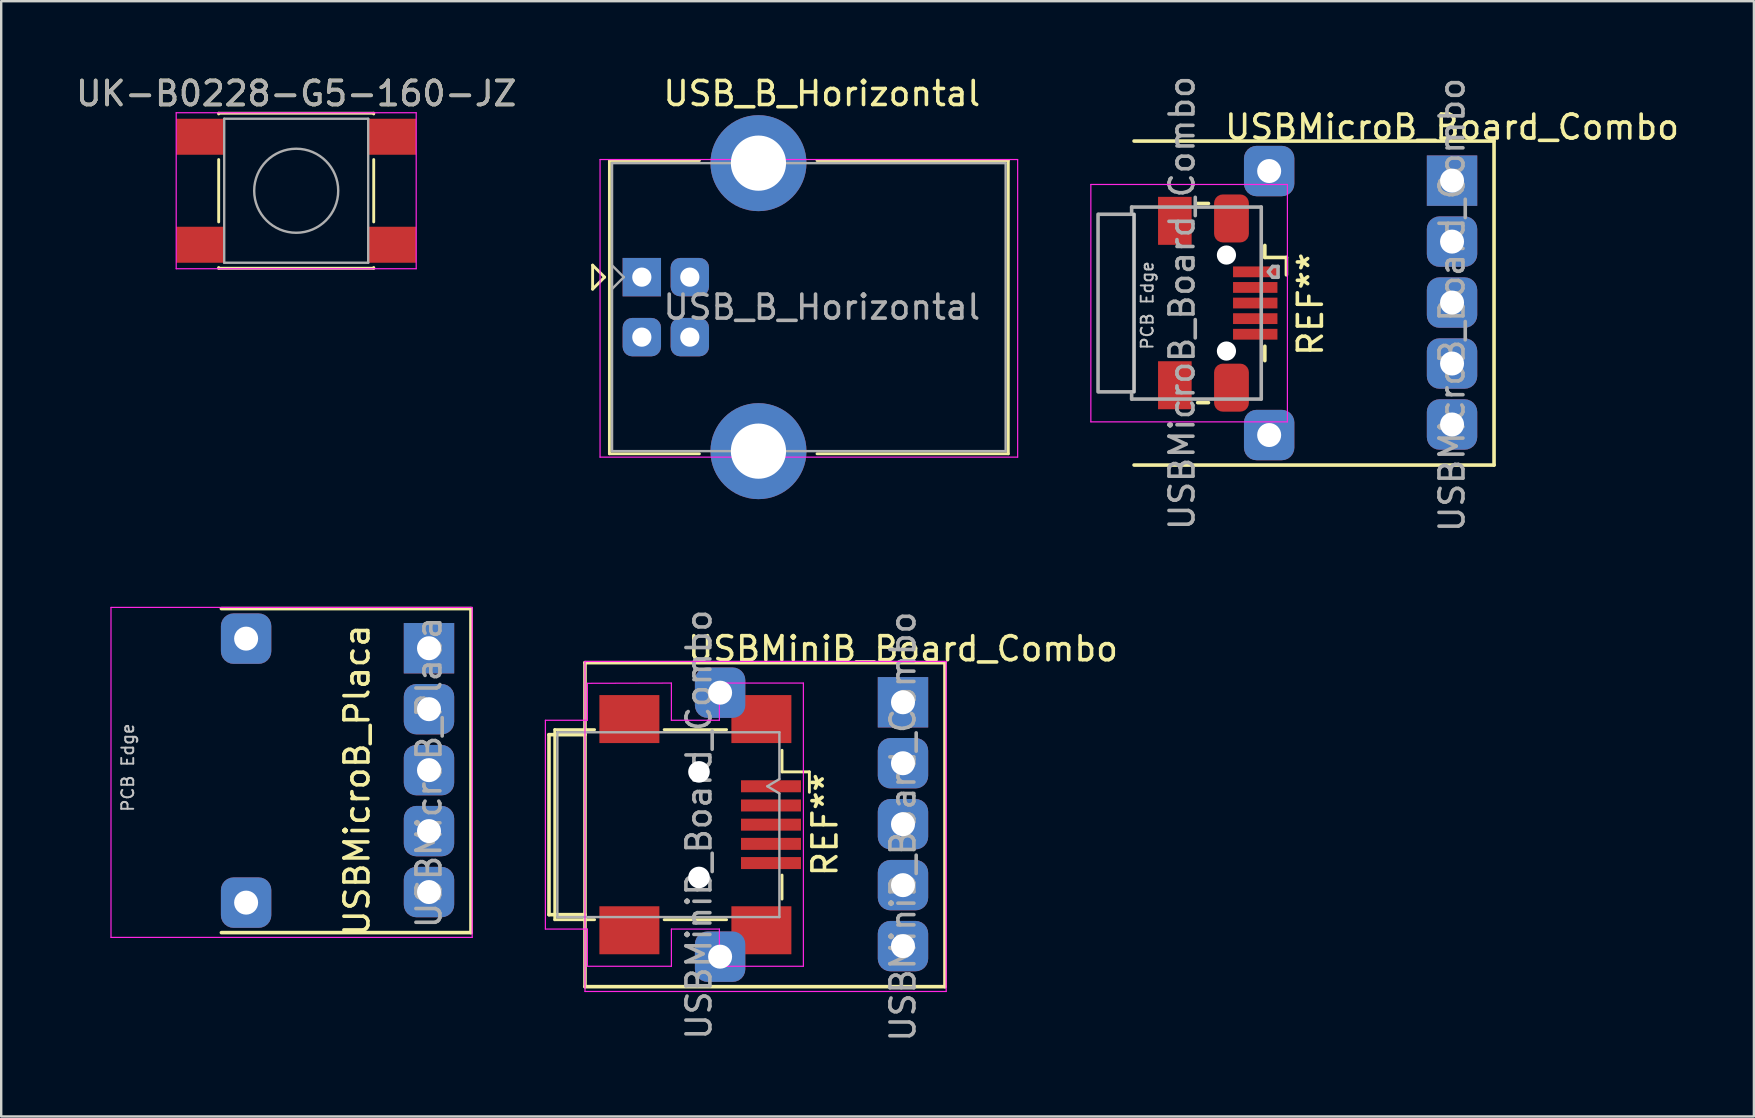
<source format=kicad_pcb>
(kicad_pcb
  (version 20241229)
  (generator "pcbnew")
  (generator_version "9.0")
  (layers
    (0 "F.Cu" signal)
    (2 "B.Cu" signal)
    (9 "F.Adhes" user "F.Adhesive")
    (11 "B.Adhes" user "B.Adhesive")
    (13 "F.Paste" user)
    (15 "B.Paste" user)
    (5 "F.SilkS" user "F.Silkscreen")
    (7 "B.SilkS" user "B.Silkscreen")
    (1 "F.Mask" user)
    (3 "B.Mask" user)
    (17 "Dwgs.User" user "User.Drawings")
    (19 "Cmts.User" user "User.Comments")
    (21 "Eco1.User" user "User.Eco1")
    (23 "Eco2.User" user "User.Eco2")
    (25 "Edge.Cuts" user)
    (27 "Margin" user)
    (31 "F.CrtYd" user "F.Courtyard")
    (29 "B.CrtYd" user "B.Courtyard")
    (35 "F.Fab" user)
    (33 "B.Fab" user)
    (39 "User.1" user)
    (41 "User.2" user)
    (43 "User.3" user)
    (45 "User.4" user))
  (footprint "USBMicroB_Placa"
    (layer "F.Cu")
    (at 14.825 24.06)
    (property "Reference" "USBMicroB_Placa" (at -3 5.4 90) (layer "F.SilkS") (effects (font (size 1 1) (thickness 0.15))))
    (attr through_hole)
    (fp_line (start -8.65 11.75) (end 1.75 11.75) (stroke (width 0.15) (type solid)) (layer "F.SilkS"))
    (fp_line (start 1.75 -1.75) (end -8.65 -1.75) (stroke (width 0.15) (type solid)) (layer "F.SilkS"))
    (fp_line (start 1.75 11.75) (end 1.75 -1.75) (stroke (width 0.15) (type solid)) (layer "F.SilkS"))
    (fp_line (start -14.75 8.75) (end -14.75 1.25) (stroke (width 0.15) (type solid)) (layer "Eco1.User"))
    (fp_line (start -14.75 1.25) (end -13.25 1.25) (stroke (width 0.15) (type solid)) (layer "Eco2.User"))
    (fp_line (start -13.25 -1.75) (end -13.25 11.75) (stroke (width 0.15) (type solid)) (layer "Eco2.User"))
    (fp_line (start -13.25 -1.75) (end -8.65 -1.75) (stroke (width 0.15) (type solid)) (layer "Eco2.User"))
    (fp_line (start -13.25 8.75) (end -14.75 8.75) (stroke (width 0.15) (type solid)) (layer "Eco2.User"))
    (fp_line (start -13.25 11.75) (end -8.65 11.75) (stroke (width 0.15) (type solid)) (layer "Eco2.User"))
    (fp_line (start -13.25 -1.8) (end -13.25 11.95) (stroke (width 0.05) (type solid)) (layer "F.CrtYd"))
    (fp_line (start -13.25 11.95) (end 1.8 11.95) (stroke (width 0.05) (type solid)) (layer "F.CrtYd"))
    (fp_line (start 1.8 -1.8) (end -13.25 -1.8) (stroke (width 0.05) (type solid)) (layer "F.CrtYd"))
    (fp_line (start 1.8 11.95) (end 1.8 -1.8) (stroke (width 0.05) (type solid)) (layer "F.CrtYd"))
    (fp_text user "PCB Edge" (at -12.55 4.875 270) (layer "Dwgs.User") (effects (font (size 0.5 0.5) (thickness 0.08))))
    (fp_text user "${REFERENCE}" (at 0 5.08 90) (layer "F.Fab") (effects (font (size 1 1) (thickness 0.15))))
    (pad "1" thru_hole rect (at 0 -0.1) (size 2.1 2.1) (drill 1) (layers "*.Cu" "*.Mask"))
    (pad "2" thru_hole roundrect (at 0 2.44) (size 2.1 2.1) (drill 1) (layers "*.Cu" "*.Mask") (roundrect_rratio 0.25))
    (pad "3" thru_hole roundrect (at 0 4.98) (size 2.1 2.1) (drill 1) (layers "*.Cu" "*.Mask") (roundrect_rratio 0.25))
    (pad "4" thru_hole roundrect (at 0 7.52) (size 2.1 2.1) (drill 1) (layers "*.Cu" "*.Mask") (roundrect_rratio 0.25))
    (pad "5" thru_hole roundrect (at 0 10.06) (size 2.1 2.1) (drill 1) (layers "*.Cu" "*.Mask") (roundrect_rratio 0.25))
    (pad "6" thru_hole roundrect (at -7.62 -0.5) (size 2.1 2.1) (drill 1) (layers "*.Cu" "*.Mask") (roundrect_rratio 0.25))
    (pad "6" thru_hole roundrect (at -7.62 10.5) (size 2.1 2.1) (drill 1) (layers "*.Cu" "*.Mask") (roundrect_rratio 0.25)))
  (footprint "UK-B0228-G5-160-JZ"
    (layer "F.Cu")
    (at 9.292 4.898)
    (property "Reference" "UK-B0228-G5-160-JZ" (at 0 -4.05 0) (layer "F.SilkS") (effects (font (size 1 1) (thickness 0.15))))
    (attr smd)
    (fp_line (start -3.23 -3.23) (end 3.23 -3.23) (stroke (width 0.12) (type solid)) (layer "F.SilkS"))
    (fp_line (start -3.23 -3.2) (end -3.23 -3.23) (stroke (width 0.12) (type solid)) (layer "F.SilkS"))
    (fp_line (start -3.23 -1.3) (end -3.23 1.3) (stroke (width 0.12) (type solid)) (layer "F.SilkS"))
    (fp_line (start -3.23 3.23) (end -3.23 3.2) (stroke (width 0.12) (type solid)) (layer "F.SilkS"))
    (fp_line (start -3.23 3.23) (end 3.23 3.23) (stroke (width 0.12) (type solid)) (layer "F.SilkS"))
    (fp_line (start 3.23 -3.23) (end 3.23 -3.2) (stroke (width 0.12) (type solid)) (layer "F.SilkS"))
    (fp_line (start 3.23 -1.3) (end 3.23 1.3) (stroke (width 0.12) (type solid)) (layer "F.SilkS"))
    (fp_line (start 3.23 3.23) (end 3.23 3.2) (stroke (width 0.12) (type solid)) (layer "F.SilkS"))
    (fp_line (start -5 -3.25) (end -5 3.25) (stroke (width 0.05) (type solid)) (layer "F.CrtYd"))
    (fp_line (start -5 -3.25) (end 5 -3.25) (stroke (width 0.05) (type solid)) (layer "F.CrtYd"))
    (fp_line (start -5 3.25) (end 5 3.25) (stroke (width 0.05) (type solid)) (layer "F.CrtYd"))
    (fp_line (start 5 3.25) (end 5 -3.25) (stroke (width 0.05) (type solid)) (layer "F.CrtYd"))
    (fp_line (start -3 -3) (end -3 3) (stroke (width 0.1) (type solid)) (layer "F.Fab"))
    (fp_line (start -3 3) (end 3 3) (stroke (width 0.1) (type solid)) (layer "F.Fab"))
    (fp_line (start 3 -3) (end -3 -3) (stroke (width 0.1) (type solid)) (layer "F.Fab"))
    (fp_line (start 3 3) (end 3 -3) (stroke (width 0.1) (type solid)) (layer "F.Fab"))
    (fp_circle (center 0 0) (end 1.75 -0.05) (stroke (width 0.1) (type solid)) (fill no) (layer "F.Fab"))
    (fp_text user "${REFERENCE}" (at 0 -4.05 0) (layer "F.Fab") (effects (font (size 1 1) (thickness 0.15))))
    (pad "1" smd rect (at -4 -2.25) (size 2 1.5) (layers "F.Cu" "F.Mask" "F.Paste"))
    (pad "2" smd rect (at 4 -2.25) (size 2 1.5) (layers "F.Cu" "F.Mask" "F.Paste"))
    (pad "3" smd rect (at -4 2.25) (size 2 1.5) (layers "F.Cu" "F.Mask" "F.Paste"))
    (pad "4" smd rect (at 4 2.25) (size 2 1.5) (layers "F.Cu" "F.Mask" "F.Paste")))
  (footprint "USB_B_Horizontal"
    (layer "F.Cu")
    (at 23.693 8.498)
    (property "Reference" "USB_B_Horizontal" (at 7.5 -7.65 0) (layer "F.SilkS") (effects (font (size 1 1) (thickness 0.15))))
    (attr through_hole)
    (fp_line (start -2.05 -0.5) (end -2.05 0.5) (stroke (width 0.12) (type solid)) (layer "F.SilkS"))
    (fp_line (start -2.05 0.5) (end -1.55 0) (stroke (width 0.12) (type solid)) (layer "F.SilkS"))
    (fp_line (start -1.55 0) (end -2.05 -0.5) (stroke (width 0.12) (type solid)) (layer "F.SilkS"))
    (fp_line (start -1.35 -4.86) (end 2.4 -4.86) (stroke (width 0.12) (type solid)) (layer "F.SilkS"))
    (fp_line (start -1.35 7.36) (end -1.35 -4.86) (stroke (width 0.12) (type solid)) (layer "F.SilkS"))
    (fp_line (start -1.35 7.36) (end 2.4 7.36) (stroke (width 0.12) (type solid)) (layer "F.SilkS"))
    (fp_line (start 15.27 -4.86) (end 7.3 -4.86) (stroke (width 0.12) (type solid)) (layer "F.SilkS"))
    (fp_line (start 15.27 7.36) (end 7.3 7.36) (stroke (width 0.12) (type solid)) (layer "F.SilkS"))
    (fp_line (start 15.27 7.36) (end 15.27 -4.86) (stroke (width 0.12) (type solid)) (layer "F.SilkS"))
    (fp_line (start -1.74 -4.9) (end -1.74 7.5) (stroke (width 0.05) (type solid)) (layer "F.CrtYd"))
    (fp_line (start -1.74 7.5) (end 15.66 7.5) (stroke (width 0.05) (type solid)) (layer "F.CrtYd"))
    (fp_line (start 15.66 -4.9) (end -1.74 -4.9) (stroke (width 0.05) (type solid)) (layer "F.CrtYd"))
    (fp_line (start 15.66 7.5) (end 15.66 -4.9) (stroke (width 0.05) (type solid)) (layer "F.CrtYd"))
    (fp_line (start -1.24 -4.75) (end 15.16 -4.75) (stroke (width 0.1) (type solid)) (layer "F.Fab"))
    (fp_line (start -1.24 0.49) (end -0.75 0) (stroke (width 0.1) (type solid)) (layer "F.Fab"))
    (fp_line (start -1.24 7.25) (end -1.24 -4.75) (stroke (width 0.1) (type solid)) (layer "F.Fab"))
    (fp_line (start -0.75 0) (end -1.24 -0.49) (stroke (width 0.1) (type solid)) (layer "F.Fab"))
    (fp_line (start 15.16 -4.75) (end 15.16 7.25) (stroke (width 0.1) (type solid)) (layer "F.Fab"))
    (fp_line (start 15.16 7.25) (end -1.24 7.25) (stroke (width 0.1) (type solid)) (layer "F.Fab"))
    (fp_text user "${REFERENCE}" (at 7.5 1.25 180) (layer "F.Fab") (effects (font (size 1 1) (thickness 0.15))))
    (pad "1" thru_hole rect (at 0 0 90) (size 1.6 1.6) (drill 0.8) (layers "*.Cu" "*.Mask"))
    (pad "2" thru_hole roundrect (at 0 2.5 90) (size 1.6 1.6) (drill 0.8) (layers "*.Cu" "*.Mask") (roundrect_rratio 0.25))
    (pad "3" thru_hole roundrect (at 2 2.5 90) (size 1.6 1.6) (drill 0.8) (layers "*.Cu" "*.Mask") (roundrect_rratio 0.25))
    (pad "4" thru_hole roundrect (at 2 0 90) (size 1.6 1.6) (drill 0.8) (layers "*.Cu" "*.Mask") (roundrect_rratio 0.25))
    (pad "5" thru_hole circle (at 4.86 -4.75 90) (size 4 4) (drill 2.3) (layers "*.Cu" "*.Mask"))
    (pad "5" thru_hole circle (at 4.86 7.25 90) (size 4 4) (drill 2.3) (layers "*.Cu" "*.Mask")))
  (footprint "USBMicroB_Board_Combo"
    (layer "F.Cu")
    (at 57.453 4.577)
    (property "Reference" "USBMicroB_Board_Combo" (at 0 -2.33 0) (layer "F.SilkS") (effects (font (size 1 1) (thickness 0.15))))
    (attr through_hole)
    (fp_line (start -13.25 11.75) (end 1.75 11.75) (stroke (width 0.15) (type solid)) (layer "F.SilkS"))
    (fp_line (start -10.6 9.15) (end -10.15 9.15) (stroke (width 0.15) (type solid)) (layer "F.SilkS"))
    (fp_line (start -10.15 0.85) (end -10.6 0.85) (stroke (width 0.15) (type solid)) (layer "F.SilkS"))
    (fp_line (start -7.8 3.1) (end -7.8 2.6) (stroke (width 0.15) (type solid)) (layer "F.SilkS"))
    (fp_line (start -7.8 6.8) (end -7.8 7.4) (stroke (width 0.15) (type solid)) (layer "F.SilkS"))
    (fp_line (start -6.9 3.1) (end -7.8 3.1) (stroke (width 0.15) (type solid)) (layer "F.SilkS"))
    (fp_line (start -6.9 3.825) (end -6.9 3.1) (stroke (width 0.15) (type solid)) (layer "F.SilkS"))
    (fp_line (start 1.75 -1.75) (end -13.25 -1.75) (stroke (width 0.15) (type solid)) (layer "F.SilkS"))
    (fp_line (start 1.75 11.75) (end 1.75 -1.75) (stroke (width 0.15) (type solid)) (layer "F.SilkS"))
    (fp_line (start -13.25 1.3) (end -13.25 8.7) (stroke (width 0.15) (type solid)) (layer "Dwgs.User"))
    (fp_line (start -15.05 0.06) (end -15.05 9.95) (stroke (width 0.05) (type solid)) (layer "F.CrtYd"))
    (fp_line (start -15.05 9.95) (end -6.86 9.95) (stroke (width 0.05) (type solid)) (layer "F.CrtYd"))
    (fp_line (start -6.86 0.06) (end -15.05 0.06) (stroke (width 0.05) (type solid)) (layer "F.CrtYd"))
    (fp_line (start -6.86 9.95) (end -6.86 0.06) (stroke (width 0.05) (type solid)) (layer "F.CrtYd"))
    (fp_line (start -14.75 8.7) (end -14.75 1.3) (stroke (width 0.15) (type solid)) (layer "F.Fab"))
    (fp_line (start -14.7 8.7) (end -13.35 8.7) (stroke (width 0.15) (type solid)) (layer "F.Fab"))
    (fp_line (start -13.35 1) (end -13.35 1.3) (stroke (width 0.15) (type solid)) (layer "F.Fab"))
    (fp_line (start -13.35 1.3) (end -14.7 1.3) (stroke (width 0.15) (type solid)) (layer "F.Fab"))
    (fp_line (start -13.35 8.7) (end -13.35 9) (stroke (width 0.15) (type solid)) (layer "F.Fab"))
    (fp_line (start -13.35 9) (end -7.95 9) (stroke (width 0.15) (type solid)) (layer "F.Fab"))
    (fp_line (start -7.95 1) (end -13.35 1) (stroke (width 0.15) (type solid)) (layer "F.Fab"))
    (fp_line (start -7.95 9) (end -7.95 1) (stroke (width 0.15) (type solid)) (layer "F.Fab"))
    (fp_line (start -7.65 3.7) (end -7.475 3.475) (stroke (width 0.15) (type solid)) (layer "F.Fab"))
    (fp_line (start -7.475 3.475) (end -7.25 3.475) (stroke (width 0.15) (type solid)) (layer "F.Fab"))
    (fp_line (start -7.475 3.925) (end -7.65 3.7) (stroke (width 0.15) (type solid)) (layer "F.Fab"))
    (fp_line (start -7.25 3.475) (end -7.25 3.925) (stroke (width 0.15) (type solid)) (layer "F.Fab"))
    (fp_line (start -7.25 3.925) (end -7.475 3.925) (stroke (width 0.15) (type solid)) (layer "F.Fab"))
    (fp_text user "REF**" (at -5.9 5.05 270) (layer "F.SilkS") (effects (font (size 1 1) (thickness 0.15))))
    (fp_text user "PCB Edge" (at -12.7 5.1 270) (layer "Dwgs.User") (effects (font (size 0.5 0.5) (thickness 0.08))))
    (fp_text user "${REFERENCE}" (at -11.25 5 270) (layer "F.Fab") (effects (font (size 1 1) (thickness 0.15))))
    (fp_text user "${REFERENCE}" (at 0 5.08 90) (layer "F.Fab") (effects (font (size 1 1) (thickness 0.15))))
    (pad "" np_thru_hole oval (at -9.4 3 270) (size 0.8 0.8) (drill 0.8) (layers "*.Cu" "*.Mask"))
    (pad "" np_thru_hole oval (at -9.4 7 270) (size 0.8 0.8) (drill 0.8) (layers "*.Cu" "*.Mask"))
    (pad "1" smd rect (at -8.2 3.7 270) (size 0.45 1.85) (layers "F.Cu" "F.Mask" "F.Paste"))
    (pad "1" thru_hole rect (at 0 -0.1) (size 2.1 2.1) (drill 1) (layers "*.Cu" "*.Mask"))
    (pad "2" smd rect (at -8.2 4.35 270) (size 0.45 1.85) (layers "F.Cu" "F.Mask" "F.Paste"))
    (pad "2" thru_hole roundrect (at 0 2.44) (size 2.1 2.1) (drill 1) (layers "*.Cu" "*.Mask") (roundrect_rratio 0.25))
    (pad "3" smd rect (at -8.2 5 270) (size 0.45 1.85) (layers "F.Cu" "F.Mask" "F.Paste"))
    (pad "3" thru_hole roundrect (at 0 4.98) (size 2.1 2.1) (drill 1) (layers "*.Cu" "*.Mask") (roundrect_rratio 0.25))
    (pad "4" smd rect (at -8.2 5.65 270) (size 0.45 1.85) (layers "F.Cu" "F.Mask" "F.Paste"))
    (pad "4" thru_hole roundrect (at 0 7.52) (size 2.1 2.1) (drill 1) (layers "*.Cu" "*.Mask") (roundrect_rratio 0.25))
    (pad "5" smd rect (at -8.2 6.3 270) (size 0.45 1.85) (layers "F.Cu" "F.Mask" "F.Paste"))
    (pad "5" thru_hole roundrect (at 0 10.06) (size 2.1 2.1) (drill 1) (layers "*.Cu" "*.Mask") (roundrect_rratio 0.25))
    (pad "6" smd rect (at -11.55 1.575) (size 1.4 2) (layers "F.Cu" "F.Mask" "F.Paste"))
    (pad "6" smd rect (at -11.55 8.425) (size 1.4 2) (layers "F.Cu" "F.Mask" "F.Paste"))
    (pad "6" smd roundrect (at -9.19 1.475) (size 1.45 2) (layers "F.Cu" "F.Mask" "F.Paste") (roundrect_rratio 0.25))
    (pad "6" smd roundrect (at -9.19 8.525) (size 1.45 2) (layers "F.Cu" "F.Mask" "F.Paste") (roundrect_rratio 0.25))
    (pad "6" thru_hole roundrect (at -7.62 -0.5) (size 2.1 2.1) (drill 1) (layers "*.Cu" "*.Mask") (roundrect_rratio 0.25))
    (pad "6" thru_hole roundrect (at -7.62 10.5) (size 2.1 2.1) (drill 1) (layers "*.Cu" "*.Mask") (roundrect_rratio 0.25)))
  (footprint "USBMiniB_Board_Combo"
    (layer "F.Cu")
    (at 34.575 26.312)
    (property "Reference" "USBMiniB_Board_Combo" (at 0 -2.33 0) (layer "F.SilkS") (effects (font (size 1 1) (thickness 0.15))))
    (attr through_hole)
    (fp_line (start -14.75 1.25) (end -13.25 1.25) (stroke (width 0.15) (type solid)) (layer "F.SilkS"))
    (fp_line (start -14.75 8.75) (end -14.75 1.25) (stroke (width 0.15) (type solid)) (layer "F.SilkS"))
    (fp_line (start -14.51 1.04) (end -14.51 8.96) (stroke (width 0.12) (type solid)) (layer "F.SilkS"))
    (fp_line (start -14.51 8.96) (end -12.85 8.96) (stroke (width 0.12) (type solid)) (layer "F.SilkS"))
    (fp_line (start -13.25 -1.75) (end -13.25 11.75) (stroke (width 0.15) (type solid)) (layer "F.SilkS"))
    (fp_line (start -13.25 8.75) (end -14.75 8.75) (stroke (width 0.15) (type solid)) (layer "F.SilkS"))
    (fp_line (start -13.25 11.75) (end 1.75 11.75) (stroke (width 0.15) (type solid)) (layer "F.SilkS"))
    (fp_line (start -12.85 1.04) (end -14.51 1.04) (stroke (width 0.12) (type solid)) (layer "F.SilkS"))
    (fp_line (start -9.95 1.04) (end -7.35 1.04) (stroke (width 0.12) (type solid)) (layer "F.SilkS"))
    (fp_line (start -7.35 8.96) (end -9.95 8.96) (stroke (width 0.12) (type solid)) (layer "F.SilkS"))
    (fp_line (start -5.04 1.9) (end -5.04 2.8) (stroke (width 0.12) (type solid)) (layer "F.SilkS"))
    (fp_line (start -5.04 2.8) (end -3.9 2.8) (stroke (width 0.12) (type solid)) (layer "F.SilkS"))
    (fp_line (start -5.04 7.1) (end -5.04 8.1) (stroke (width 0.12) (type solid)) (layer "F.SilkS"))
    (fp_line (start -3.9 2.8) (end -3.9 3.65) (stroke (width 0.12) (type solid)) (layer "F.SilkS"))
    (fp_line (start 1.75 -1.75) (end -13.25 -1.75) (stroke (width 0.15) (type solid)) (layer "F.SilkS"))
    (fp_line (start 1.75 11.75) (end 1.75 -1.75) (stroke (width 0.15) (type solid)) (layer "F.SilkS"))
    (fp_line (start -14.9 0.65) (end -13.15 0.65) (stroke (width 0.05) (type solid)) (layer "F.CrtYd"))
    (fp_line (start -14.9 9.35) (end -14.9 0.65) (stroke (width 0.05) (type solid)) (layer "F.CrtYd"))
    (fp_line (start -13.25 -1.8) (end -13.25 11.95) (stroke (width 0.05) (type solid)) (layer "F.CrtYd"))
    (fp_line (start -13.25 11.95) (end 1.8 11.95) (stroke (width 0.05) (type solid)) (layer "F.CrtYd"))
    (fp_line (start -13.15 -0.89) (end -9.65 -0.9) (stroke (width 0.05) (type solid)) (layer "F.CrtYd"))
    (fp_line (start -13.15 0.65) (end -13.15 -0.89) (stroke (width 0.05) (type solid)) (layer "F.CrtYd"))
    (fp_line (start -13.15 9.35) (end -14.9 9.35) (stroke (width 0.05) (type solid)) (layer "F.CrtYd"))
    (fp_line (start -13.15 10.9) (end -13.15 9.35) (stroke (width 0.05) (type solid)) (layer "F.CrtYd"))
    (fp_line (start -9.65 -0.9) (end -9.65 0.65) (stroke (width 0.05) (type solid)) (layer "F.CrtYd"))
    (fp_line (start -9.65 0.65) (end -7.65 0.65) (stroke (width 0.05) (type solid)) (layer "F.CrtYd"))
    (fp_line (start -9.65 9.35) (end -9.65 10.9) (stroke (width 0.05) (type solid)) (layer "F.CrtYd"))
    (fp_line (start -9.65 10.9) (end -13.15 10.9) (stroke (width 0.05) (type solid)) (layer "F.CrtYd"))
    (fp_line (start -7.65 -0.9) (end -4.15 -0.9) (stroke (width 0.05) (type solid)) (layer "F.CrtYd"))
    (fp_line (start -7.65 0.65) (end -7.65 -0.9) (stroke (width 0.05) (type solid)) (layer "F.CrtYd"))
    (fp_line (start -7.65 9.35) (end -9.65 9.35) (stroke (width 0.05) (type solid)) (layer "F.CrtYd"))
    (fp_line (start -7.65 10.9) (end -7.65 9.35) (stroke (width 0.05) (type solid)) (layer "F.CrtYd"))
    (fp_line (start -4.15 -0.9) (end -4.15 10.9) (stroke (width 0.05) (type solid)) (layer "F.CrtYd"))
    (fp_line (start -4.15 10.9) (end -7.65 10.9) (stroke (width 0.05) (type solid)) (layer "F.CrtYd"))
    (fp_line (start 1.8 -1.8) (end -13.25 -1.8) (stroke (width 0.05) (type solid)) (layer "F.CrtYd"))
    (fp_line (start 1.8 11.95) (end 1.8 -1.8) (stroke (width 0.05) (type solid)) (layer "F.CrtYd"))
    (fp_line (start -14.4 1.15) (end -5.15 1.15) (stroke (width 0.1) (type solid)) (layer "F.Fab"))
    (fp_line (start -14.4 8.85) (end -14.4 1.15) (stroke (width 0.1) (type solid)) (layer "F.Fab"))
    (fp_line (start -5.65 3.4) (end -5.15 3.7) (stroke (width 0.1) (type solid)) (layer "F.Fab"))
    (fp_line (start -5.15 1.15) (end -5.15 3.1) (stroke (width 0.1) (type solid)) (layer "F.Fab"))
    (fp_line (start -5.15 3.1) (end -5.65 3.4) (stroke (width 0.1) (type solid)) (layer "F.Fab"))
    (fp_line (start -5.15 3.7) (end -5.15 8.85) (stroke (width 0.1) (type solid)) (layer "F.Fab"))
    (fp_line (start -5.15 8.85) (end -14.4 8.85) (stroke (width 0.1) (type solid)) (layer "F.Fab"))
    (fp_text user "REF**" (at -3.25 5 270) (layer "F.SilkS") (effects (font (size 1 1) (thickness 0.15))))
    (fp_text user "${REFERENCE}" (at -8.5 5 270) (layer "F.Fab") (effects (font (size 1 1) (thickness 0.15))))
    (fp_text user "${REFERENCE}" (at 0 5.08 90) (layer "F.Fab") (effects (font (size 1 1) (thickness 0.15))))
    (pad "" np_thru_hole circle (at -8.5 2.8 270) (size 0.9 0.9) (drill 0.9) (layers "*.Cu" "*.Mask"))
    (pad "" np_thru_hole circle (at -8.5 7.2 270) (size 0.9 0.9) (drill 0.9) (layers "*.Cu" "*.Mask"))
    (pad "1" smd rect (at -5.5 3.4 270) (size 0.5 2.5) (layers "F.Cu" "F.Mask" "F.Paste"))
    (pad "1" thru_hole rect (at 0 -0.1) (size 2.1 2.1) (drill 1) (layers "*.Cu" "*.Mask"))
    (pad "2" smd rect (at -5.5 4.2 270) (size 0.5 2.5) (layers "F.Cu" "F.Mask" "F.Paste"))
    (pad "2" thru_hole roundrect (at 0 2.44) (size 2.1 2.1) (drill 1) (layers "*.Cu" "*.Mask") (roundrect_rratio 0.25))
    (pad "3" smd rect (at -5.5 5 270) (size 0.5 2.5) (layers "F.Cu" "F.Mask" "F.Paste"))
    (pad "3" thru_hole roundrect (at 0 4.98) (size 2.1 2.1) (drill 1) (layers "*.Cu" "*.Mask") (roundrect_rratio 0.25))
    (pad "4" smd rect (at -5.5 5.8 270) (size 0.5 2.5) (layers "F.Cu" "F.Mask" "F.Paste"))
    (pad "4" thru_hole roundrect (at 0 7.52) (size 2.1 2.1) (drill 1) (layers "*.Cu" "*.Mask") (roundrect_rratio 0.25))
    (pad "5" smd rect (at -5.5 6.6 270) (size 0.5 2.5) (layers "F.Cu" "F.Mask" "F.Paste"))
    (pad "5" thru_hole roundrect (at 0 10.06) (size 2.1 2.1) (drill 1) (layers "*.Cu" "*.Mask") (roundrect_rratio 0.25))
    (pad "6" smd rect (at -11.4 0.6 270) (size 2 2.5) (layers "F.Cu" "F.Mask" "F.Paste"))
    (pad "6" smd rect (at -11.4 9.4 270) (size 2 2.5) (layers "F.Cu" "F.Mask" "F.Paste"))
    (pad "6" thru_hole roundrect (at -7.62 -0.5) (size 2.1 2.1) (drill 1) (layers "*.Cu" "*.Mask") (roundrect_rratio 0.25))
    (pad "6" thru_hole roundrect (at -7.62 10.5) (size 2.1 2.1) (drill 1) (layers "*.Cu" "*.Mask") (roundrect_rratio 0.25))
    (pad "6" smd rect (at -5.9 0.6 270) (size 2 2.5) (layers "F.Cu" "F.Mask" "F.Paste"))
    (pad "6" smd rect (at -5.9 9.4 270) (size 2 2.5) (layers "F.Cu" "F.Mask" "F.Paste")))
  (gr_rect
    (start -3 -3)
    (end 70.031 43.47)
    (stroke (width 0.1) (type default))
    (fill no)
    (layer "Edge.Cuts")))
</source>
